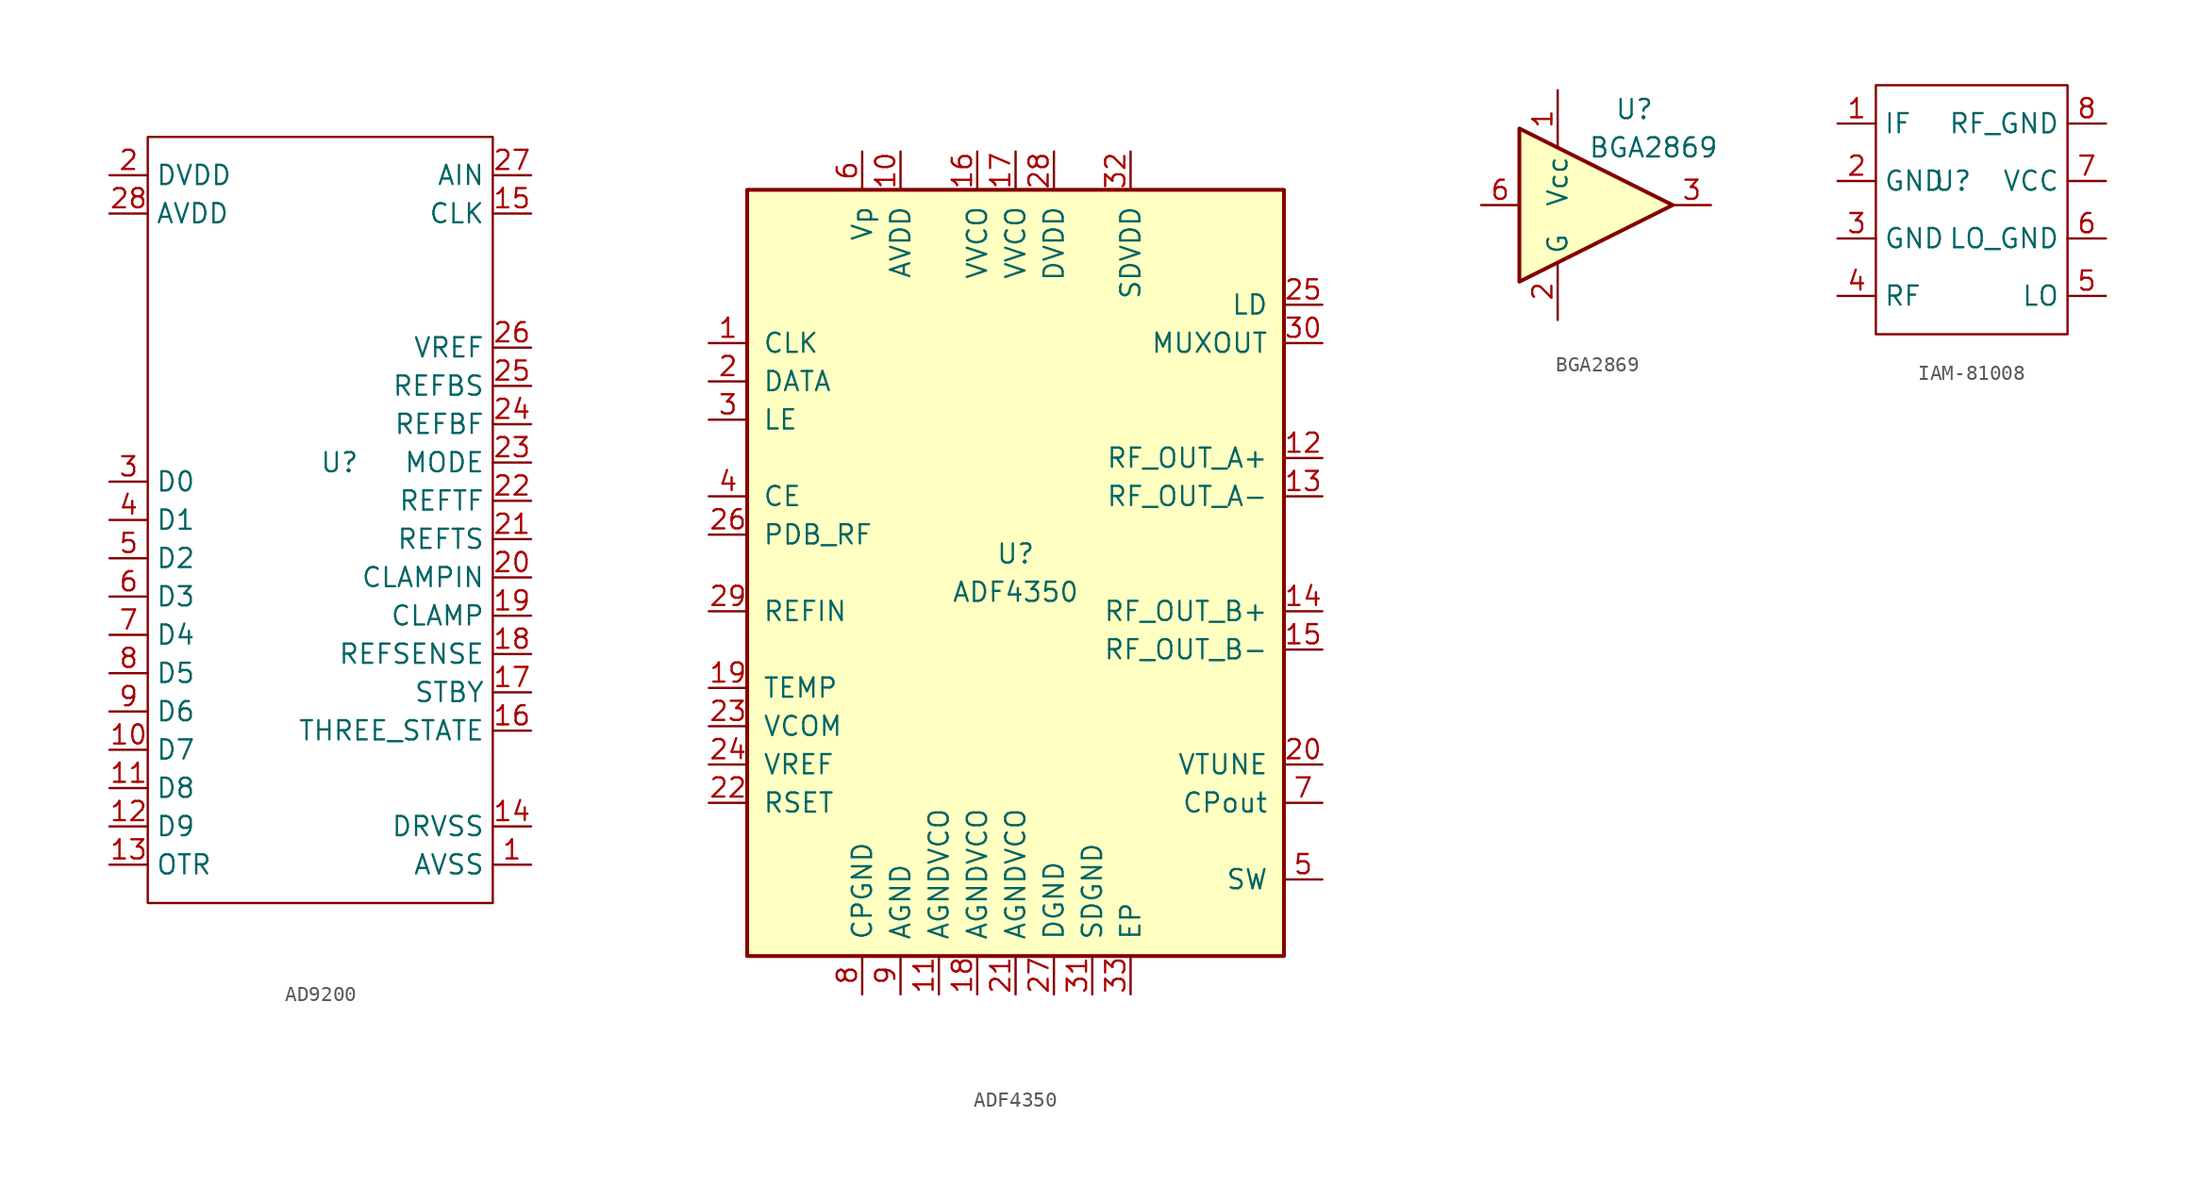
<source format=kicad_sym>
(kicad_symbol_lib
  (version 20231120)
  (generator "kicad_symbol_editor")
  (generator_version "8.0")
  (symbol "AD9200"
    (property "Reference" "U"
      (at 0 0 0)
      (effects (font (size 1.27 1.27))))
    (property "Value" ""
      (at 0 0 0)
      (effects (font (size 1.27 1.27))))
    (symbol "AD9200_0_1"
      (rectangle (start -12.7 21.59) (end 10.16 -29.21) (stroke (width 0) (type default)) (fill (type none))))
    (symbol "AD9200_1_1"
      (pin unspecified line (at 12.7 -26.67 180) (length 2.54) (name "AVSS" (effects (font (size 1.27 1.27)))) (number "1" (effects (font (size 1.27 1.27)))))
      (pin unspecified line (at -15.24 -19.05 0) (length 2.54) (name "D7" (effects (font (size 1.27 1.27)))) (number "10" (effects (font (size 1.27 1.27)))))
      (pin unspecified line (at -15.24 -21.59 0) (length 2.54) (name "D8" (effects (font (size 1.27 1.27)))) (number "11" (effects (font (size 1.27 1.27)))))
      (pin unspecified line (at -15.24 -24.13 0) (length 2.54) (name "D9" (effects (font (size 1.27 1.27)))) (number "12" (effects (font (size 1.27 1.27)))))
      (pin unspecified line (at -15.24 -26.67 0) (length 2.54) (name "OTR" (effects (font (size 1.27 1.27)))) (number "13" (effects (font (size 1.27 1.27)))))
      (pin unspecified line (at 12.7 -24.13 180) (length 2.54) (name "DRVSS" (effects (font (size 1.27 1.27)))) (number "14" (effects (font (size 1.27 1.27)))))
      (pin unspecified line (at 12.7 16.51 180) (length 2.54) (name "CLK" (effects (font (size 1.27 1.27)))) (number "15" (effects (font (size 1.27 1.27)))))
      (pin unspecified line (at 12.7 -17.78 180) (length 2.54) (name "THREE_STATE" (effects (font (size 1.27 1.27)))) (number "16" (effects (font (size 1.27 1.27)))))
      (pin unspecified line (at 12.7 -15.24 180) (length 2.54) (name "STBY" (effects (font (size 1.27 1.27)))) (number "17" (effects (font (size 1.27 1.27)))))
      (pin unspecified line (at 12.7 -12.7 180) (length 2.54) (name "REFSENSE" (effects (font (size 1.27 1.27)))) (number "18" (effects (font (size 1.27 1.27)))))
      (pin unspecified line (at 12.7 -10.16 180) (length 2.54) (name "CLAMP" (effects (font (size 1.27 1.27)))) (number "19" (effects (font (size 1.27 1.27)))))
      (pin unspecified line (at -15.24 19.05 0) (length 2.54) (name "DVDD" (effects (font (size 1.27 1.27)))) (number "2" (effects (font (size 1.27 1.27)))))
      (pin unspecified line (at 12.7 -7.62 180) (length 2.54) (name "CLAMPIN" (effects (font (size 1.27 1.27)))) (number "20" (effects (font (size 1.27 1.27)))))
      (pin unspecified line (at 12.7 -5.08 180) (length 2.54) (name "REFTS" (effects (font (size 1.27 1.27)))) (number "21" (effects (font (size 1.27 1.27)))))
      (pin unspecified line (at 12.7 -2.54 180) (length 2.54) (name "REFTF" (effects (font (size 1.27 1.27)))) (number "22" (effects (font (size 1.27 1.27)))))
      (pin unspecified line (at 12.7 0 180) (length 2.54) (name "MODE" (effects (font (size 1.27 1.27)))) (number "23" (effects (font (size 1.27 1.27)))))
      (pin unspecified line (at 12.7 2.54 180) (length 2.54) (name "REFBF" (effects (font (size 1.27 1.27)))) (number "24" (effects (font (size 1.27 1.27)))))
      (pin unspecified line (at 12.7 5.08 180) (length 2.54) (name "REFBS" (effects (font (size 1.27 1.27)))) (number "25" (effects (font (size 1.27 1.27)))))
      (pin unspecified line (at 12.7 7.62 180) (length 2.54) (name "VREF" (effects (font (size 1.27 1.27)))) (number "26" (effects (font (size 1.27 1.27)))))
      (pin unspecified line (at 12.7 19.05 180) (length 2.54) (name "AIN" (effects (font (size 1.27 1.27)))) (number "27" (effects (font (size 1.27 1.27)))))
      (pin unspecified line (at -15.24 16.51 0) (length 2.54) (name "AVDD" (effects (font (size 1.27 1.27)))) (number "28" (effects (font (size 1.27 1.27)))))
      (pin unspecified line (at -15.24 -1.27 0) (length 2.54) (name "D0" (effects (font (size 1.27 1.27)))) (number "3" (effects (font (size 1.27 1.27)))))
      (pin unspecified line (at -15.24 -3.81 0) (length 2.54) (name "D1" (effects (font (size 1.27 1.27)))) (number "4" (effects (font (size 1.27 1.27)))))
      (pin unspecified line (at -15.24 -6.35 0) (length 2.54) (name "D2" (effects (font (size 1.27 1.27)))) (number "5" (effects (font (size 1.27 1.27)))))
      (pin unspecified line (at -15.24 -8.89 0) (length 2.54) (name "D3" (effects (font (size 1.27 1.27)))) (number "6" (effects (font (size 1.27 1.27)))))
      (pin unspecified line (at -15.24 -11.43 0) (length 2.54) (name "D4" (effects (font (size 1.27 1.27)))) (number "7" (effects (font (size 1.27 1.27)))))
      (pin unspecified line (at -15.24 -13.97 0) (length 2.54) (name "D5" (effects (font (size 1.27 1.27)))) (number "8" (effects (font (size 1.27 1.27)))))
      (pin unspecified line (at -15.24 -16.51 0) (length 2.54) (name "D6" (effects (font (size 1.27 1.27)))) (number "9" (effects (font (size 1.27 1.27)))))))
  (symbol "ADF4350"
    (pin_names
      (offset 1.016))
    (property "Reference" "U"
      (at 0 1.27 0)
      (effects (font (size 1.27 1.27))))
    (property "Value" "ADF4350"
      (at 0 -1.27 0)
      (effects (font (size 1.27 1.27))))
    (symbol "ADF4350_0_1"
      (rectangle (start 17.78 25.4) (end -17.78 -25.4) (stroke (width 0.254) (type default)) (fill (type background))))
    (symbol "ADF4350_1_1"
      (pin input line (at -20.32 15.24 0) (length 2.54) (name "CLK" (effects (font (size 1.27 1.27)))) (number "1" (effects (font (size 1.27 1.27)))))
      (pin power_in line (at -7.62 27.94 270) (length 2.54) (name "AVDD" (effects (font (size 1.27 1.27)))) (number "10" (effects (font (size 1.27 1.27)))))
      (pin power_in line (at -5.08 -27.94 90) (length 2.54) (name "AGNDVCO" (effects (font (size 1.27 1.27)))) (number "11" (effects (font (size 1.27 1.27)))))
      (pin output line (at 20.32 7.62 180) (length 2.54) (name "RF_OUT_A+" (effects (font (size 1.27 1.27)))) (number "12" (effects (font (size 1.27 1.27)))))
      (pin output line (at 20.32 5.08 180) (length 2.54) (name "RF_OUT_A-" (effects (font (size 1.27 1.27)))) (number "13" (effects (font (size 1.27 1.27)))))
      (pin output line (at 20.32 -2.54 180) (length 2.54) (name "RF_OUT_B+" (effects (font (size 1.27 1.27)))) (number "14" (effects (font (size 1.27 1.27)))))
      (pin output line (at 20.32 -5.08 180) (length 2.54) (name "RF_OUT_B-" (effects (font (size 1.27 1.27)))) (number "15" (effects (font (size 1.27 1.27)))))
      (pin power_in line (at -2.54 27.94 270) (length 2.54) (name "VVCO" (effects (font (size 1.27 1.27)))) (number "16" (effects (font (size 1.27 1.27)))))
      (pin power_in line (at 0 27.94 270) (length 2.54) (name "VVCO" (effects (font (size 1.27 1.27)))) (number "17" (effects (font (size 1.27 1.27)))))
      (pin power_in line (at -2.54 -27.94 90) (length 2.54) (name "AGNDVCO" (effects (font (size 1.27 1.27)))) (number "18" (effects (font (size 1.27 1.27)))))
      (pin input line (at -20.32 -7.62 0) (length 2.54) (name "TEMP" (effects (font (size 1.27 1.27)))) (number "19" (effects (font (size 1.27 1.27)))))
      (pin input line (at -20.32 12.7 0) (length 2.54) (name "DATA" (effects (font (size 1.27 1.27)))) (number "2" (effects (font (size 1.27 1.27)))))
      (pin input line (at 20.32 -12.7 180) (length 2.54) (name "VTUNE" (effects (font (size 1.27 1.27)))) (number "20" (effects (font (size 1.27 1.27)))))
      (pin power_in line (at 0 -27.94 90) (length 2.54) (name "AGNDVCO" (effects (font (size 1.27 1.27)))) (number "21" (effects (font (size 1.27 1.27)))))
      (pin input line (at -20.32 -15.24 0) (length 2.54) (name "RSET" (effects (font (size 1.27 1.27)))) (number "22" (effects (font (size 1.27 1.27)))))
      (pin input line (at -20.32 -10.16 0) (length 2.54) (name "VCOM" (effects (font (size 1.27 1.27)))) (number "23" (effects (font (size 1.27 1.27)))))
      (pin input line (at -20.32 -12.7 0) (length 2.54) (name "VREF" (effects (font (size 1.27 1.27)))) (number "24" (effects (font (size 1.27 1.27)))))
      (pin input line (at 20.32 17.78 180) (length 2.54) (name "LD" (effects (font (size 1.27 1.27)))) (number "25" (effects (font (size 1.27 1.27)))))
      (pin input line (at -20.32 2.54 0) (length 2.54) (name "PDB_RF" (effects (font (size 1.27 1.27)))) (number "26" (effects (font (size 1.27 1.27)))))
      (pin power_in line (at 2.54 -27.94 90) (length 2.54) (name "DGND" (effects (font (size 1.27 1.27)))) (number "27" (effects (font (size 1.27 1.27)))))
      (pin power_in line (at 2.54 27.94 270) (length 2.54) (name "DVDD" (effects (font (size 1.27 1.27)))) (number "28" (effects (font (size 1.27 1.27)))))
      (pin input line (at -20.32 -2.54 0) (length 2.54) (name "REFIN" (effects (font (size 1.27 1.27)))) (number "29" (effects (font (size 1.27 1.27)))))
      (pin input line (at -20.32 10.16 0) (length 2.54) (name "LE" (effects (font (size 1.27 1.27)))) (number "3" (effects (font (size 1.27 1.27)))))
      (pin output line (at 20.32 15.24 180) (length 2.54) (name "MUXOUT" (effects (font (size 1.27 1.27)))) (number "30" (effects (font (size 1.27 1.27)))))
      (pin power_in line (at 5.08 -27.94 90) (length 2.54) (name "SDGND" (effects (font (size 1.27 1.27)))) (number "31" (effects (font (size 1.27 1.27)))))
      (pin power_in line (at 7.62 27.94 270) (length 2.54) (name "SDVDD" (effects (font (size 1.27 1.27)))) (number "32" (effects (font (size 1.27 1.27)))))
      (pin power_in line (at 7.62 -27.94 90) (length 2.54) (name "EP" (effects (font (size 1.27 1.27)))) (number "33" (effects (font (size 1.27 1.27)))))
      (pin input line (at -20.32 5.08 0) (length 2.54) (name "CE" (effects (font (size 1.27 1.27)))) (number "4" (effects (font (size 1.27 1.27)))))
      (pin input line (at 20.32 -20.32 180) (length 2.54) (name "SW" (effects (font (size 1.27 1.27)))) (number "5" (effects (font (size 1.27 1.27)))))
      (pin power_in line (at -10.16 27.94 270) (length 2.54) (name "Vp" (effects (font (size 1.27 1.27)))) (number "6" (effects (font (size 1.27 1.27)))))
      (pin input line (at 20.32 -15.24 180) (length 2.54) (name "CPout" (effects (font (size 1.27 1.27)))) (number "7" (effects (font (size 1.27 1.27)))))
      (pin power_in line (at -10.16 -27.94 90) (length 2.54) (name "CPGND" (effects (font (size 1.27 1.27)))) (number "8" (effects (font (size 1.27 1.27)))))
      (pin power_in line (at -7.62 -27.94 90) (length 2.54) (name "AGND" (effects (font (size 1.27 1.27)))) (number "9" (effects (font (size 1.27 1.27)))))))
  (symbol "BGA2869"
    (property "Reference" "U"
      (at 2.54 6.35 0)
      (effects (font (size 1.27 1.27))))
    (property "Value" "BGA2869"
      (at 3.81 3.81 0)
      (effects (font (size 1.27 1.27))))
    (symbol "BGA2869_0_1"
      (polyline (pts (xy 5.08 0) (xy -5.08 5.08) (xy -5.08 -5.08) (xy 5.08 0)) (stroke (width 0.254) (type default)) (fill (type background))))
    (symbol "BGA2869_1_1"
      (pin power_in line (at -2.54 7.62 270) (length 3.81) (name "Vcc" (effects (font (size 1.27 1.27)))) (number "1" (effects (font (size 1.27 1.27)))))
      (pin power_in line (at -2.54 -7.62 90) (length 3.81) (name "G" (effects (font (size 1.27 1.27)))) (number "2" (effects (font (size 1.27 1.27)))))
      (pin output line (at 7.62 0 180) (length 2.54) (name "~" (effects (font (size 1.27 1.27)))) (number "3" (effects (font (size 1.27 1.27)))))
      (pin passive line (at -2.54 -7.62 90) (length 3.81) hide (name "G" (effects (font (size 1.27 1.27)))) (number "4" (effects (font (size 1.27 1.27)))))
      (pin passive line (at -2.54 -7.62 90) (length 3.81) hide (name "G" (effects (font (size 1.27 1.27)))) (number "5" (effects (font (size 1.27 1.27)))))
      (pin input line (at -7.62 0 0) (length 2.54) (name "~" (effects (font (size 1.27 1.27)))) (number "6" (effects (font (size 1.27 1.27)))))))
  (symbol "IAM-81008"
    (property "Reference" "U"
      (at 0 0 0)
      (effects (font (size 1.27 1.27))))
    (property "Value" ""
      (at 0 0 0)
      (effects (font (size 1.27 1.27))))
    (symbol "IAM-81008_0_1"
      (rectangle (start -5.08 6.35) (end 7.62 -10.16) (stroke (width 0) (type default)) (fill (type none))))
    (symbol "IAM-81008_1_1"
      (pin output line (at -7.62 3.81 0) (length 2.54) (name "IF" (effects (font (size 1.27 1.27)))) (number "1" (effects (font (size 1.27 1.27)))))
      (pin passive line (at -7.62 0 0) (length 2.54) (name "GND" (effects (font (size 1.27 1.27)))) (number "2" (effects (font (size 1.27 1.27)))))
      (pin passive line (at -7.62 -3.81 0) (length 2.54) (name "GND" (effects (font (size 1.27 1.27)))) (number "3" (effects (font (size 1.27 1.27)))))
      (pin input line (at -7.62 -7.62 0) (length 2.54) (name "RF" (effects (font (size 1.27 1.27)))) (number "4" (effects (font (size 1.27 1.27)))))
      (pin input line (at 10.16 -7.62 180) (length 2.54) (name "LO" (effects (font (size 1.27 1.27)))) (number "5" (effects (font (size 1.27 1.27)))))
      (pin input line (at 10.16 -3.81 180) (length 2.54) (name "LO_GND" (effects (font (size 1.27 1.27)))) (number "6" (effects (font (size 1.27 1.27)))))
      (pin power_in line (at 10.16 0 180) (length 2.54) (name "VCC" (effects (font (size 1.27 1.27)))) (number "7" (effects (font (size 1.27 1.27)))))
      (pin passive line (at 10.16 3.81 180) (length 2.54) (name "RF_GND" (effects (font (size 1.27 1.27)))) (number "8" (effects (font (size 1.27 1.27))))))))
</source>
